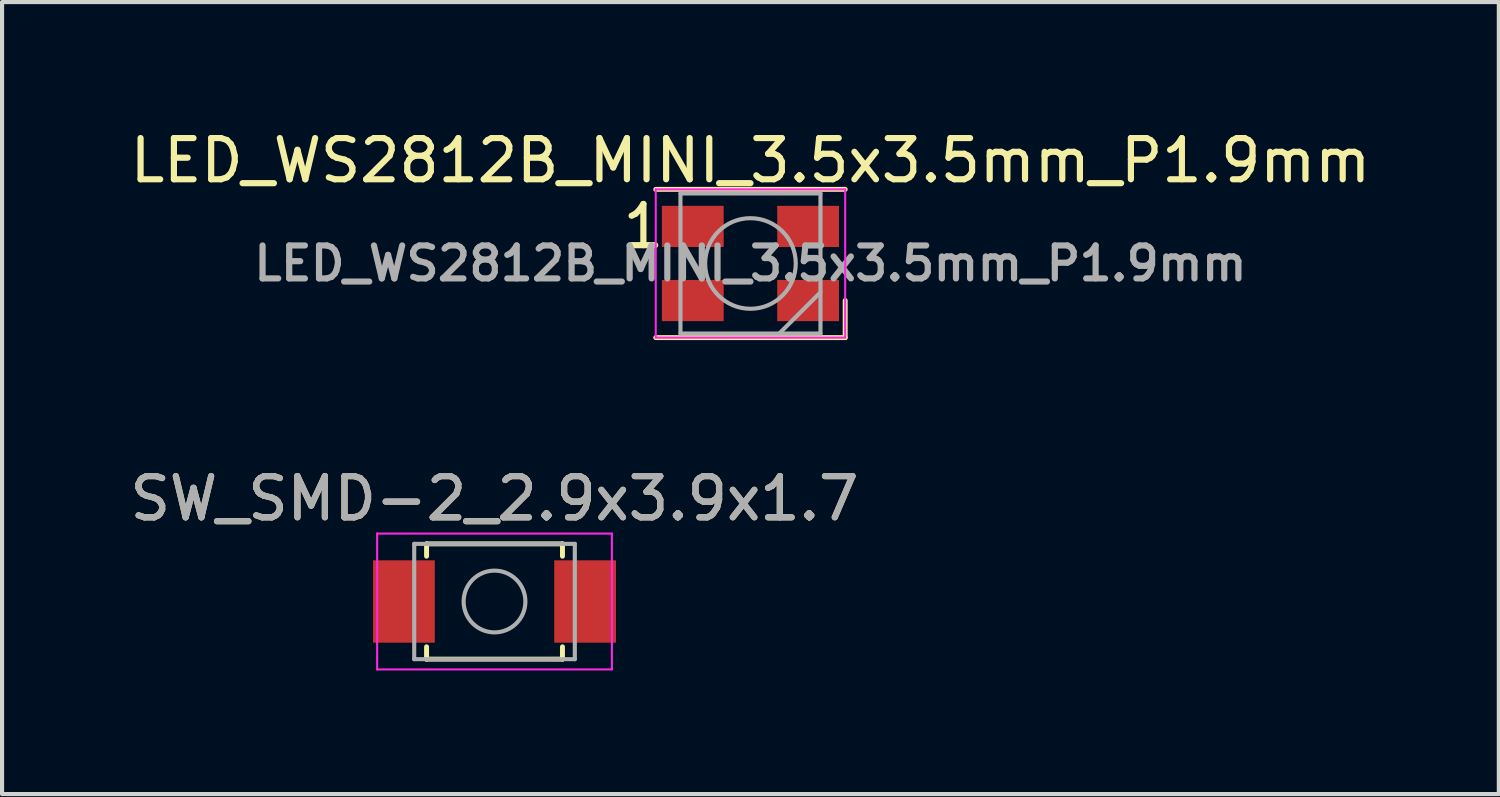
<source format=kicad_pcb>
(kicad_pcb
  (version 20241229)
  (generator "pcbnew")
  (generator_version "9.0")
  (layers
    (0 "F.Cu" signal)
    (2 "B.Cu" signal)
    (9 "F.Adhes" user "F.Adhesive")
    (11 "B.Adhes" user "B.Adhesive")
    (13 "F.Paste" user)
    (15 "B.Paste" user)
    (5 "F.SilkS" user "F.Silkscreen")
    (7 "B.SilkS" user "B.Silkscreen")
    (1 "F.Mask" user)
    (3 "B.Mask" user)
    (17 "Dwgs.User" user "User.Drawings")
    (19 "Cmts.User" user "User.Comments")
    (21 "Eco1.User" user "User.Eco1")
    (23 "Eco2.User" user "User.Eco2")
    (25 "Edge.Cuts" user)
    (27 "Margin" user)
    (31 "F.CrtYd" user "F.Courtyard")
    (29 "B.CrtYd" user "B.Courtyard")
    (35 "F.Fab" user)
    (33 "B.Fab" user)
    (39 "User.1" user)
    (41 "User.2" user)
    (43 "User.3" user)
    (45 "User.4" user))
  (footprint "SW_SMD-2_2.9x3.9x1.7"
    (layer "F.Cu")
    (at 8.958 11.556)
    (property "Reference" "SW_SMD-2_2.9x3.9x1.7" (at 0 -2.5 0) (layer "F.SilkS") (effects (font (size 1 1) (thickness 0.15))))
    (attr smd)
    (fp_line (start -1.65 -1.4) (end 1.65 -1.4) (stroke (width 0.12) (type solid)) (layer "F.SilkS"))
    (fp_line (start -1.65 -1.1) (end -1.65 -1.4) (stroke (width 0.12) (type solid)) (layer "F.SilkS"))
    (fp_line (start -1.65 1.1) (end -1.65 1.4) (stroke (width 0.12) (type solid)) (layer "F.SilkS"))
    (fp_line (start -1.65 1.4) (end 1.65 1.4) (stroke (width 0.12) (type solid)) (layer "F.SilkS"))
    (fp_line (start 1.65 -1.4) (end 1.65 -1.1) (stroke (width 0.12) (type solid)) (layer "F.SilkS"))
    (fp_line (start 1.65 1.4) (end 1.65 1.1) (stroke (width 0.12) (type solid)) (layer "F.SilkS"))
    (fp_line (start -2.85 -1.65) (end -2.85 1.65) (stroke (width 0.05) (type solid)) (layer "F.CrtYd"))
    (fp_line (start -2.85 1.65) (end 2.85 1.65) (stroke (width 0.05) (type solid)) (layer "F.CrtYd"))
    (fp_line (start 2.85 -1.65) (end -2.85 -1.65) (stroke (width 0.05) (type solid)) (layer "F.CrtYd"))
    (fp_line (start 2.85 1.65) (end 2.85 -1.65) (stroke (width 0.05) (type solid)) (layer "F.CrtYd"))
    (fp_line (start -1.95 -1.4) (end 1.95 -1.4) (stroke (width 0.1) (type solid)) (layer "F.Fab"))
    (fp_line (start -1.95 1.4) (end -1.95 -1.4) (stroke (width 0.1) (type solid)) (layer "F.Fab"))
    (fp_line (start 1.95 -1.4) (end 1.95 1.4) (stroke (width 0.1) (type solid)) (layer "F.Fab"))
    (fp_line (start 1.95 1.4) (end -1.95 1.4) (stroke (width 0.1) (type solid)) (layer "F.Fab"))
    (fp_circle (center 0 0) (end 0.75 0) (stroke (width 0.1) (type solid)) (fill no) (layer "F.Fab"))
    (fp_text user "${REFERENCE}" (at 0 -2.5 0) (layer "F.Fab") (effects (font (size 1 1) (thickness 0.15))))
    (pad "1" smd rect (at -2.2 0) (size 1.5 2) (layers "F.Cu" "F.Mask" "F.Paste"))
    (pad "2" smd rect (at 2.2 0) (size 1.5 2) (layers "F.Cu" "F.Mask" "F.Paste")))
  (footprint "LED_WS2812B_MINI_3.5x3.5mm_P1.9mm"
    (layer "F.Cu")
    (at 15.173 3.348)
    (property "Reference" "LED_WS2812B_MINI_3.5x3.5mm_P1.9mm" (at 0 -2.5 0) (layer "F.SilkS") (effects (font (size 1 1) (thickness 0.15))))
    (attr smd)
    (fp_line (start -2.3 -1.8) (end 2.3 -1.8) (stroke (width 0.12) (type solid)) (layer "F.SilkS"))
    (fp_line (start -2.3 1.8) (end 2.3 1.8) (stroke (width 0.12) (type solid)) (layer "F.SilkS"))
    (fp_line (start 2.3 1.8) (end 2.3 0.9) (stroke (width 0.12) (type solid)) (layer "F.SilkS"))
    (fp_line (start -2.3 -1.8) (end -2.3 1.8) (stroke (width 0.05) (type solid)) (layer "F.CrtYd"))
    (fp_line (start -2.3 1.8) (end 2.3 1.8) (stroke (width 0.05) (type solid)) (layer "F.CrtYd"))
    (fp_line (start 2.3 -1.8) (end -2.3 -1.8) (stroke (width 0.05) (type solid)) (layer "F.CrtYd"))
    (fp_line (start 2.3 1.8) (end 2.3 -1.8) (stroke (width 0.05) (type solid)) (layer "F.CrtYd"))
    (fp_line (start -1.7 -1.7) (end -1.7 1.7) (stroke (width 0.1) (type solid)) (layer "F.Fab"))
    (fp_line (start -1.7 1.7) (end 1.7 1.7) (stroke (width 0.1) (type solid)) (layer "F.Fab"))
    (fp_line (start 1.7 -1.7) (end -1.7 -1.7) (stroke (width 0.1) (type solid)) (layer "F.Fab"))
    (fp_line (start 1.7 0.7) (end 0.7 1.7) (stroke (width 0.1) (type solid)) (layer "F.Fab"))
    (fp_line (start 1.7 1.7) (end 1.7 -1.7) (stroke (width 0.1) (type solid)) (layer "F.Fab"))
    (fp_circle (center 0 0) (end 0 -1.1) (stroke (width 0.1) (type solid)) (fill no) (layer "F.Fab"))
    (fp_text user "1" (at -2.6 -0.9 0) (layer "F.SilkS") (effects (font (size 1 1) (thickness 0.15))))
    (fp_text user "${REFERENCE}" (at 0 0 0) (layer "F.Fab") (effects (font (size 0.8 0.8) (thickness 0.15))))
    (pad "1" smd rect (at -1.4 -0.9) (size 1.5 1) (layers "F.Cu" "F.Mask" "F.Paste"))
    (pad "2" smd rect (at -1.4 0.9) (size 1.5 1) (layers "F.Cu" "F.Mask" "F.Paste"))
    (pad "3" smd rect (at 1.4 0.9) (size 1.5 1) (layers "F.Cu" "F.Mask" "F.Paste"))
    (pad "4" smd rect (at 1.4 -0.9) (size 1.5 1) (layers "F.Cu" "F.Mask" "F.Paste")))
  (gr_rect
    (start -3 -3)
    (end 33.345 16.232)
    (stroke (width 0.1) (type default))
    (fill no)
    (layer "Edge.Cuts")))
</source>
